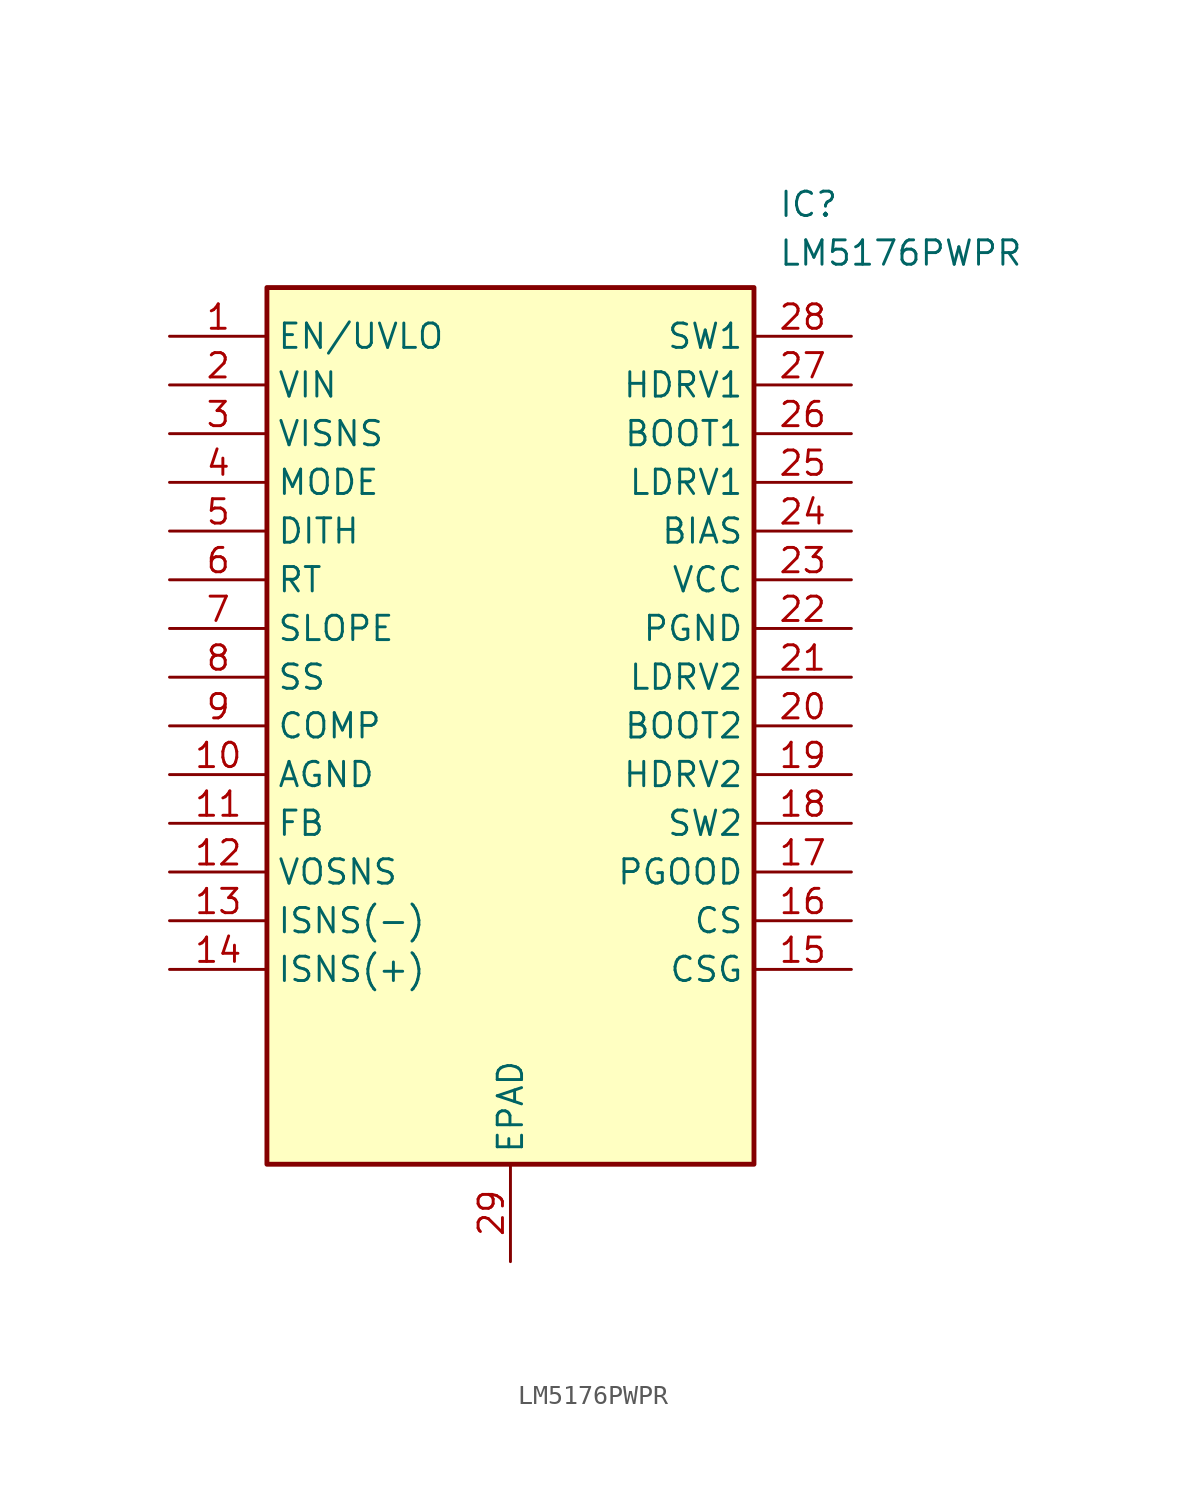
<source format=kicad_sym>
(kicad_symbol_lib
  (version 20211014)
  (generator SamacSys_ECAD_Model)
  (symbol "LM5176PWPR"
    (property "Reference" "IC"
      (at 31.75 7.62 0)
      (effects (font (size 1.27 1.27)) (justify left top)))
    (property "Value" "LM5176PWPR"
      (at 31.75 5.08 0)
      (effects (font (size 1.27 1.27)) (justify left top)))
    (rectangle
      (start 5.08 2.54)
      (end 30.48 -43.18)
      (stroke (width 0.254) (type default))
      (fill (type background)))
    (pin passive line
      (at 0 0 0)
      (length 5.08)
      (name "EN/UVLO" (effects (font (size 1.27 1.27))))
      (number "1" (effects (font (size 1.27 1.27)))))
    (pin passive line
      (at 0 -2.54 0)
      (length 5.08)
      (name "VIN" (effects (font (size 1.27 1.27))))
      (number "2" (effects (font (size 1.27 1.27)))))
    (pin passive line
      (at 0 -5.08 0)
      (length 5.08)
      (name "VISNS" (effects (font (size 1.27 1.27))))
      (number "3" (effects (font (size 1.27 1.27)))))
    (pin passive line
      (at 0 -7.62 0)
      (length 5.08)
      (name "MODE" (effects (font (size 1.27 1.27))))
      (number "4" (effects (font (size 1.27 1.27)))))
    (pin passive line
      (at 0 -10.16 0)
      (length 5.08)
      (name "DITH" (effects (font (size 1.27 1.27))))
      (number "5" (effects (font (size 1.27 1.27)))))
    (pin passive line
      (at 0 -12.7 0)
      (length 5.08)
      (name "RT" (effects (font (size 1.27 1.27))))
      (number "6" (effects (font (size 1.27 1.27)))))
    (pin passive line
      (at 0 -15.24 0)
      (length 5.08)
      (name "SLOPE" (effects (font (size 1.27 1.27))))
      (number "7" (effects (font (size 1.27 1.27)))))
    (pin passive line
      (at 0 -17.78 0)
      (length 5.08)
      (name "SS" (effects (font (size 1.27 1.27))))
      (number "8" (effects (font (size 1.27 1.27)))))
    (pin passive line
      (at 0 -20.32 0)
      (length 5.08)
      (name "COMP" (effects (font (size 1.27 1.27))))
      (number "9" (effects (font (size 1.27 1.27)))))
    (pin passive line
      (at 0 -22.86 0)
      (length 5.08)
      (name "AGND" (effects (font (size 1.27 1.27))))
      (number "10" (effects (font (size 1.27 1.27)))))
    (pin passive line
      (at 0 -25.4 0)
      (length 5.08)
      (name "FB" (effects (font (size 1.27 1.27))))
      (number "11" (effects (font (size 1.27 1.27)))))
    (pin passive line
      (at 0 -27.94 0)
      (length 5.08)
      (name "VOSNS" (effects (font (size 1.27 1.27))))
      (number "12" (effects (font (size 1.27 1.27)))))
    (pin passive line
      (at 0 -30.48 0)
      (length 5.08)
      (name "ISNS(-)" (effects (font (size 1.27 1.27))))
      (number "13" (effects (font (size 1.27 1.27)))))
    (pin passive line
      (at 0 -33.02 0)
      (length 5.08)
      (name "ISNS(+)" (effects (font (size 1.27 1.27))))
      (number "14" (effects (font (size 1.27 1.27)))))
    (pin passive line
      (at 17.78 -48.26 90)
      (length 5.08)
      (name "EPAD" (effects (font (size 1.27 1.27))))
      (number "29" (effects (font (size 1.27 1.27)))))
    (pin passive line
      (at 35.56 0 180)
      (length 5.08)
      (name "SW1" (effects (font (size 1.27 1.27))))
      (number "28" (effects (font (size 1.27 1.27)))))
    (pin passive line
      (at 35.56 -2.54 180)
      (length 5.08)
      (name "HDRV1" (effects (font (size 1.27 1.27))))
      (number "27" (effects (font (size 1.27 1.27)))))
    (pin passive line
      (at 35.56 -5.08 180)
      (length 5.08)
      (name "BOOT1" (effects (font (size 1.27 1.27))))
      (number "26" (effects (font (size 1.27 1.27)))))
    (pin passive line
      (at 35.56 -7.62 180)
      (length 5.08)
      (name "LDRV1" (effects (font (size 1.27 1.27))))
      (number "25" (effects (font (size 1.27 1.27)))))
    (pin passive line
      (at 35.56 -10.16 180)
      (length 5.08)
      (name "BIAS" (effects (font (size 1.27 1.27))))
      (number "24" (effects (font (size 1.27 1.27)))))
    (pin passive line
      (at 35.56 -12.7 180)
      (length 5.08)
      (name "VCC" (effects (font (size 1.27 1.27))))
      (number "23" (effects (font (size 1.27 1.27)))))
    (pin passive line
      (at 35.56 -15.24 180)
      (length 5.08)
      (name "PGND" (effects (font (size 1.27 1.27))))
      (number "22" (effects (font (size 1.27 1.27)))))
    (pin passive line
      (at 35.56 -17.78 180)
      (length 5.08)
      (name "LDRV2" (effects (font (size 1.27 1.27))))
      (number "21" (effects (font (size 1.27 1.27)))))
    (pin passive line
      (at 35.56 -20.32 180)
      (length 5.08)
      (name "BOOT2" (effects (font (size 1.27 1.27))))
      (number "20" (effects (font (size 1.27 1.27)))))
    (pin passive line
      (at 35.56 -22.86 180)
      (length 5.08)
      (name "HDRV2" (effects (font (size 1.27 1.27))))
      (number "19" (effects (font (size 1.27 1.27)))))
    (pin passive line
      (at 35.56 -25.4 180)
      (length 5.08)
      (name "SW2" (effects (font (size 1.27 1.27))))
      (number "18" (effects (font (size 1.27 1.27)))))
    (pin passive line
      (at 35.56 -27.94 180)
      (length 5.08)
      (name "PGOOD" (effects (font (size 1.27 1.27))))
      (number "17" (effects (font (size 1.27 1.27)))))
    (pin passive line
      (at 35.56 -30.48 180)
      (length 5.08)
      (name "CS" (effects (font (size 1.27 1.27))))
      (number "16" (effects (font (size 1.27 1.27)))))
    (pin passive line
      (at 35.56 -33.02 180)
      (length 5.08)
      (name "CSG" (effects (font (size 1.27 1.27))))
      (number "15" (effects (font (size 1.27 1.27)))))))
</source>
